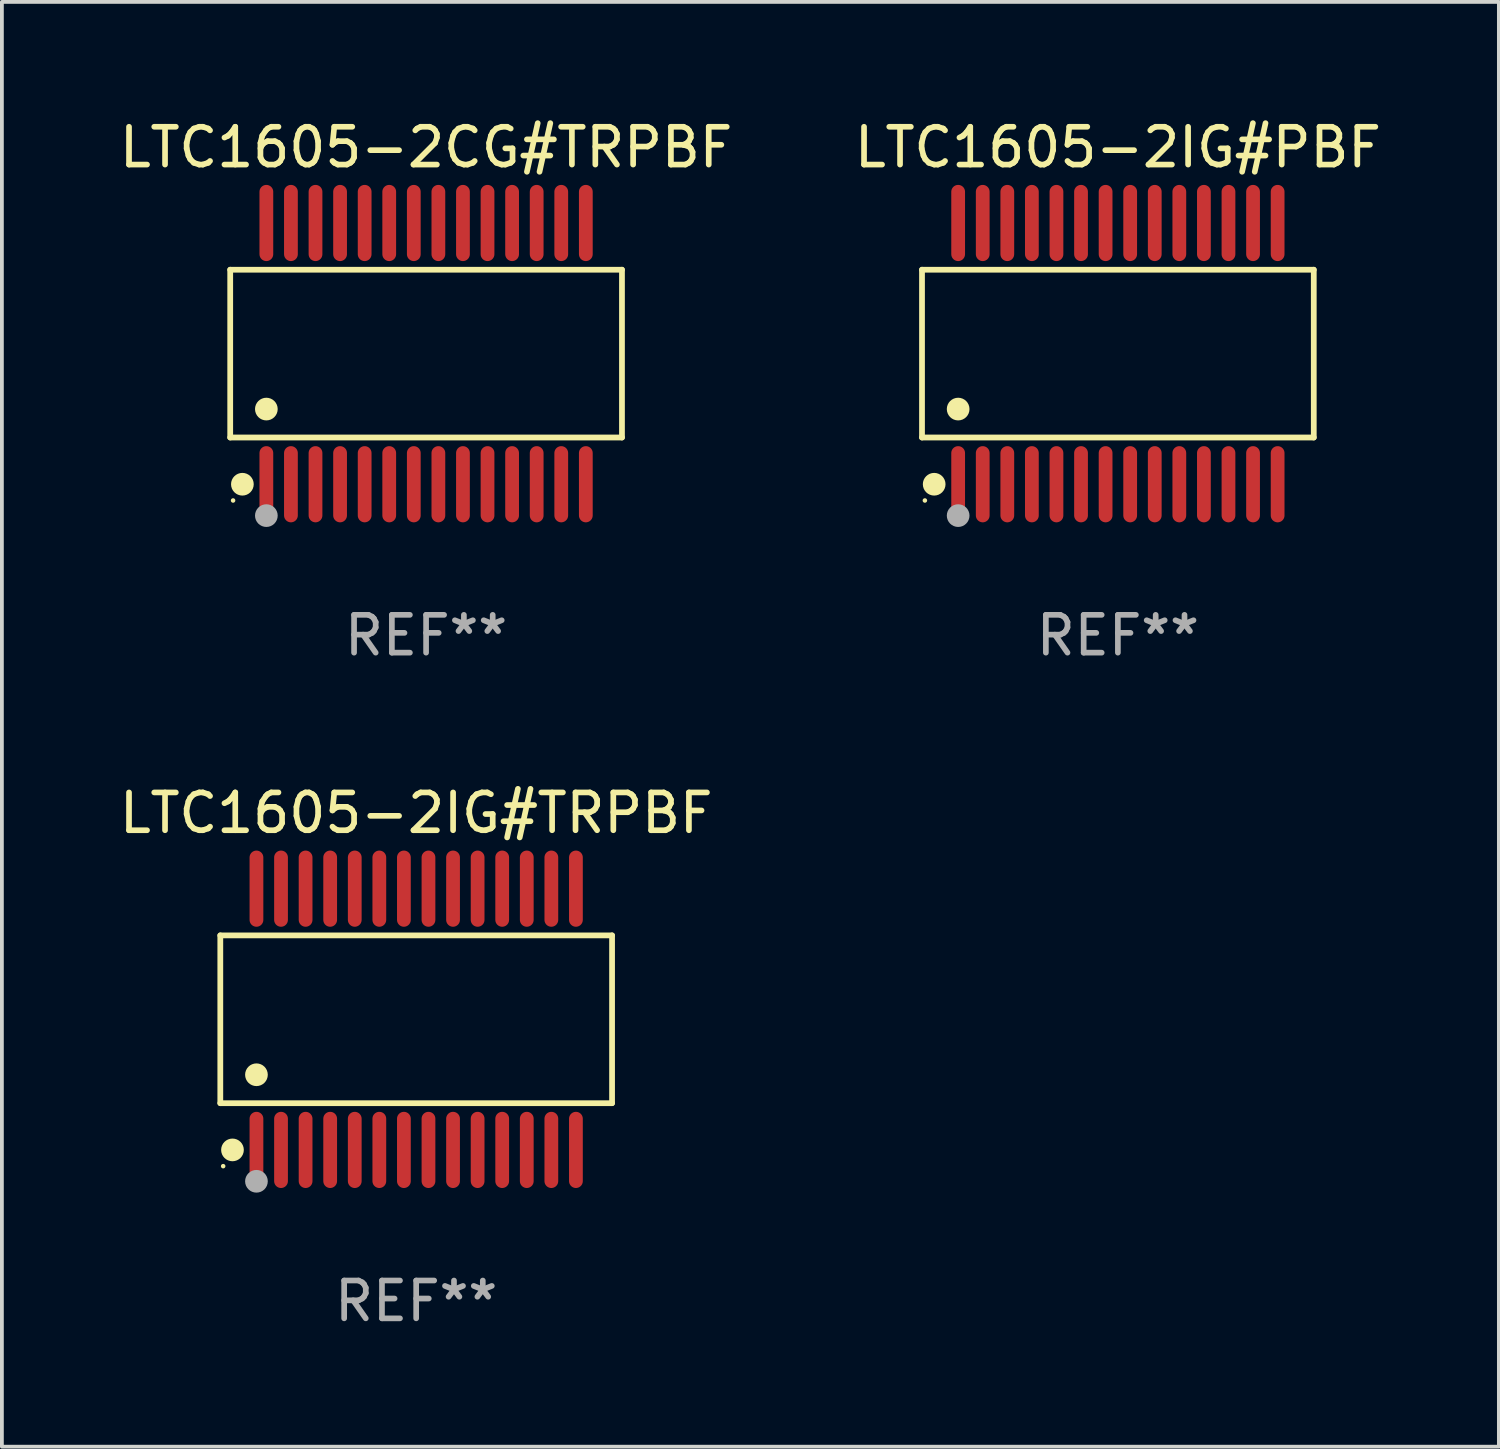
<source format=kicad_pcb>
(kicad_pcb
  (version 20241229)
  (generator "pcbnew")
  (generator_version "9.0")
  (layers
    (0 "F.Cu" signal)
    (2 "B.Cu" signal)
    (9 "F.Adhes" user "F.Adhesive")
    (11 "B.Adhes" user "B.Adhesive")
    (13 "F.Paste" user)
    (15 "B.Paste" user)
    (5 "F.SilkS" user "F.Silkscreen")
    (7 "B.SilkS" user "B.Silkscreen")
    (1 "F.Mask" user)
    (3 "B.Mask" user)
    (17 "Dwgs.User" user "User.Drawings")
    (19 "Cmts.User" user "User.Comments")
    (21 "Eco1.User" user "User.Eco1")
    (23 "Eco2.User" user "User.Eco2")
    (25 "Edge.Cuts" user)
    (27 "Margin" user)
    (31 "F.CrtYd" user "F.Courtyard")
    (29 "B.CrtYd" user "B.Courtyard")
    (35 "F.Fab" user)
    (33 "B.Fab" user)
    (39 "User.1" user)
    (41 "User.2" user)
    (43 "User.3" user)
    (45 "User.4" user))
  (footprint "LTC1605-2IG#PBF"
    (layer "F.Cu")
    (at 26.518 6.303)
    (property "Reference" "LTC1605-2IG#PBF" (at 0 -5.455 0) (layer "F.SilkS") (effects (font (size 1 1) (thickness 0.15))))
    (attr through_hole)
    (fp_line (start -5.181 -2.219) (end 5.181 -2.219) (stroke (width 0.152) (type solid)) (layer "F.SilkS"))
    (fp_line (start -5.181 2.219) (end -5.181 -2.219) (stroke (width 0.152) (type solid)) (layer "F.SilkS"))
    (fp_line (start 5.181 -2.219) (end 5.181 2.219) (stroke (width 0.152) (type solid)) (layer "F.SilkS"))
    (fp_line (start 5.181 2.219) (end -5.181 2.219) (stroke (width 0.152) (type solid)) (layer "F.SilkS"))
    (fp_circle (center -5.105 3.885) (end -5.075 3.885) (stroke (width 0.06) (type solid)) (fill no) (layer "F.SilkS"))
    (fp_circle (center -4.859 3.455) (end -4.709 3.455) (stroke (width 0.3) (type solid)) (fill no) (layer "F.SilkS"))
    (fp_circle (center -4.225 1.467) (end -4.075 1.467) (stroke (width 0.3) (type solid)) (fill no) (layer "F.SilkS"))
    (fp_circle (center -4.225 4.285) (end -4.075 4.285) (stroke (width 0.3) (type solid)) (fill no) (layer "F.Fab"))
    (fp_text user "REF**" (at 0 7.455 0) (layer "F.Fab") (effects (font (size 1 1) (thickness 0.15))))
    (pad "1" smd oval (at -4.225 3.455) (size 0.364 2.015) (layers "F.Cu" "F.Mask" "F.Paste"))
    (pad "2" smd oval (at -3.575 3.455) (size 0.364 2.015) (layers "F.Cu" "F.Mask" "F.Paste"))
    (pad "3" smd oval (at -2.925 3.455) (size 0.364 2.015) (layers "F.Cu" "F.Mask" "F.Paste"))
    (pad "4" smd oval (at -2.275 3.455) (size 0.364 2.015) (layers "F.Cu" "F.Mask" "F.Paste"))
    (pad "5" smd oval (at -1.625 3.455) (size 0.364 2.015) (layers "F.Cu" "F.Mask" "F.Paste"))
    (pad "6" smd oval (at -0.975 3.455) (size 0.364 2.015) (layers "F.Cu" "F.Mask" "F.Paste"))
    (pad "7" smd oval (at -0.325 3.455) (size 0.364 2.015) (layers "F.Cu" "F.Mask" "F.Paste"))
    (pad "8" smd oval (at 0.325 3.455) (size 0.364 2.015) (layers "F.Cu" "F.Mask" "F.Paste"))
    (pad "9" smd oval (at 0.975 3.455) (size 0.364 2.015) (layers "F.Cu" "F.Mask" "F.Paste"))
    (pad "10" smd oval (at 1.625 3.455) (size 0.364 2.015) (layers "F.Cu" "F.Mask" "F.Paste"))
    (pad "11" smd oval (at 2.275 3.455) (size 0.364 2.015) (layers "F.Cu" "F.Mask" "F.Paste"))
    (pad "12" smd oval (at 2.925 3.455) (size 0.364 2.015) (layers "F.Cu" "F.Mask" "F.Paste"))
    (pad "13" smd oval (at 3.575 3.455) (size 0.364 2.015) (layers "F.Cu" "F.Mask" "F.Paste"))
    (pad "14" smd oval (at 4.225 3.455) (size 0.364 2.015) (layers "F.Cu" "F.Mask" "F.Paste"))
    (pad "15" smd oval (at 4.225 -3.455) (size 0.364 2.015) (layers "F.Cu" "F.Mask" "F.Paste"))
    (pad "16" smd oval (at 3.575 -3.455) (size 0.364 2.015) (layers "F.Cu" "F.Mask" "F.Paste"))
    (pad "17" smd oval (at 2.925 -3.455) (size 0.364 2.015) (layers "F.Cu" "F.Mask" "F.Paste"))
    (pad "18" smd oval (at 2.275 -3.455) (size 0.364 2.015) (layers "F.Cu" "F.Mask" "F.Paste"))
    (pad "19" smd oval (at 1.625 -3.455) (size 0.364 2.015) (layers "F.Cu" "F.Mask" "F.Paste"))
    (pad "20" smd oval (at 0.975 -3.455) (size 0.364 2.015) (layers "F.Cu" "F.Mask" "F.Paste"))
    (pad "21" smd oval (at 0.325 -3.455) (size 0.364 2.015) (layers "F.Cu" "F.Mask" "F.Paste"))
    (pad "22" smd oval (at -0.325 -3.455) (size 0.364 2.015) (layers "F.Cu" "F.Mask" "F.Paste"))
    (pad "23" smd oval (at -0.975 -3.455) (size 0.364 2.015) (layers "F.Cu" "F.Mask" "F.Paste"))
    (pad "24" smd oval (at -1.625 -3.455) (size 0.364 2.015) (layers "F.Cu" "F.Mask" "F.Paste"))
    (pad "25" smd oval (at -2.275 -3.455) (size 0.364 2.015) (layers "F.Cu" "F.Mask" "F.Paste"))
    (pad "26" smd oval (at -2.925 -3.455) (size 0.364 2.015) (layers "F.Cu" "F.Mask" "F.Paste"))
    (pad "27" smd oval (at -3.575 -3.455) (size 0.364 2.015) (layers "F.Cu" "F.Mask" "F.Paste"))
    (pad "28" smd oval (at -4.225 -3.455) (size 0.364 2.015) (layers "F.Cu" "F.Mask" "F.Paste")))
  (footprint "LTC1605-2IG#TRPBF"
    (layer "F.Cu")
    (at 7.958 23.91)
    (property "Reference" "LTC1605-2IG#TRPBF" (at 0 -5.455 0) (layer "F.SilkS") (effects (font (size 1 1) (thickness 0.15))))
    (attr through_hole)
    (fp_line (start -5.181 -2.219) (end 5.181 -2.219) (stroke (width 0.152) (type solid)) (layer "F.SilkS"))
    (fp_line (start -5.181 2.219) (end -5.181 -2.219) (stroke (width 0.152) (type solid)) (layer "F.SilkS"))
    (fp_line (start 5.181 -2.219) (end 5.181 2.219) (stroke (width 0.152) (type solid)) (layer "F.SilkS"))
    (fp_line (start 5.181 2.219) (end -5.181 2.219) (stroke (width 0.152) (type solid)) (layer "F.SilkS"))
    (fp_circle (center -5.105 3.885) (end -5.075 3.885) (stroke (width 0.06) (type solid)) (fill no) (layer "F.SilkS"))
    (fp_circle (center -4.859 3.455) (end -4.709 3.455) (stroke (width 0.3) (type solid)) (fill no) (layer "F.SilkS"))
    (fp_circle (center -4.225 1.467) (end -4.075 1.467) (stroke (width 0.3) (type solid)) (fill no) (layer "F.SilkS"))
    (fp_circle (center -4.225 4.285) (end -4.075 4.285) (stroke (width 0.3) (type solid)) (fill no) (layer "F.Fab"))
    (fp_text user "REF**" (at 0 7.455 0) (layer "F.Fab") (effects (font (size 1 1) (thickness 0.15))))
    (pad "1" smd oval (at -4.225 3.455) (size 0.364 2.015) (layers "F.Cu" "F.Mask" "F.Paste"))
    (pad "2" smd oval (at -3.575 3.455) (size 0.364 2.015) (layers "F.Cu" "F.Mask" "F.Paste"))
    (pad "3" smd oval (at -2.925 3.455) (size 0.364 2.015) (layers "F.Cu" "F.Mask" "F.Paste"))
    (pad "4" smd oval (at -2.275 3.455) (size 0.364 2.015) (layers "F.Cu" "F.Mask" "F.Paste"))
    (pad "5" smd oval (at -1.625 3.455) (size 0.364 2.015) (layers "F.Cu" "F.Mask" "F.Paste"))
    (pad "6" smd oval (at -0.975 3.455) (size 0.364 2.015) (layers "F.Cu" "F.Mask" "F.Paste"))
    (pad "7" smd oval (at -0.325 3.455) (size 0.364 2.015) (layers "F.Cu" "F.Mask" "F.Paste"))
    (pad "8" smd oval (at 0.325 3.455) (size 0.364 2.015) (layers "F.Cu" "F.Mask" "F.Paste"))
    (pad "9" smd oval (at 0.975 3.455) (size 0.364 2.015) (layers "F.Cu" "F.Mask" "F.Paste"))
    (pad "10" smd oval (at 1.625 3.455) (size 0.364 2.015) (layers "F.Cu" "F.Mask" "F.Paste"))
    (pad "11" smd oval (at 2.275 3.455) (size 0.364 2.015) (layers "F.Cu" "F.Mask" "F.Paste"))
    (pad "12" smd oval (at 2.925 3.455) (size 0.364 2.015) (layers "F.Cu" "F.Mask" "F.Paste"))
    (pad "13" smd oval (at 3.575 3.455) (size 0.364 2.015) (layers "F.Cu" "F.Mask" "F.Paste"))
    (pad "14" smd oval (at 4.225 3.455) (size 0.364 2.015) (layers "F.Cu" "F.Mask" "F.Paste"))
    (pad "15" smd oval (at 4.225 -3.455) (size 0.364 2.015) (layers "F.Cu" "F.Mask" "F.Paste"))
    (pad "16" smd oval (at 3.575 -3.455) (size 0.364 2.015) (layers "F.Cu" "F.Mask" "F.Paste"))
    (pad "17" smd oval (at 2.925 -3.455) (size 0.364 2.015) (layers "F.Cu" "F.Mask" "F.Paste"))
    (pad "18" smd oval (at 2.275 -3.455) (size 0.364 2.015) (layers "F.Cu" "F.Mask" "F.Paste"))
    (pad "19" smd oval (at 1.625 -3.455) (size 0.364 2.015) (layers "F.Cu" "F.Mask" "F.Paste"))
    (pad "20" smd oval (at 0.975 -3.455) (size 0.364 2.015) (layers "F.Cu" "F.Mask" "F.Paste"))
    (pad "21" smd oval (at 0.325 -3.455) (size 0.364 2.015) (layers "F.Cu" "F.Mask" "F.Paste"))
    (pad "22" smd oval (at -0.325 -3.455) (size 0.364 2.015) (layers "F.Cu" "F.Mask" "F.Paste"))
    (pad "23" smd oval (at -0.975 -3.455) (size 0.364 2.015) (layers "F.Cu" "F.Mask" "F.Paste"))
    (pad "24" smd oval (at -1.625 -3.455) (size 0.364 2.015) (layers "F.Cu" "F.Mask" "F.Paste"))
    (pad "25" smd oval (at -2.275 -3.455) (size 0.364 2.015) (layers "F.Cu" "F.Mask" "F.Paste"))
    (pad "26" smd oval (at -2.925 -3.455) (size 0.364 2.015) (layers "F.Cu" "F.Mask" "F.Paste"))
    (pad "27" smd oval (at -3.575 -3.455) (size 0.364 2.015) (layers "F.Cu" "F.Mask" "F.Paste"))
    (pad "28" smd oval (at -4.225 -3.455) (size 0.364 2.015) (layers "F.Cu" "F.Mask" "F.Paste")))
  (footprint "LTC1605-2CG#TRPBF"
    (layer "F.Cu")
    (at 8.22 6.303)
    (property "Reference" "LTC1605-2CG#TRPBF" (at 0 -5.455 0) (layer "F.SilkS") (effects (font (size 1 1) (thickness 0.15))))
    (attr through_hole)
    (fp_line (start -5.181 -2.219) (end 5.181 -2.219) (stroke (width 0.152) (type solid)) (layer "F.SilkS"))
    (fp_line (start -5.181 2.219) (end -5.181 -2.219) (stroke (width 0.152) (type solid)) (layer "F.SilkS"))
    (fp_line (start 5.181 -2.219) (end 5.181 2.219) (stroke (width 0.152) (type solid)) (layer "F.SilkS"))
    (fp_line (start 5.181 2.219) (end -5.181 2.219) (stroke (width 0.152) (type solid)) (layer "F.SilkS"))
    (fp_circle (center -5.105 3.885) (end -5.075 3.885) (stroke (width 0.06) (type solid)) (fill no) (layer "F.SilkS"))
    (fp_circle (center -4.859 3.455) (end -4.709 3.455) (stroke (width 0.3) (type solid)) (fill no) (layer "F.SilkS"))
    (fp_circle (center -4.225 1.467) (end -4.075 1.467) (stroke (width 0.3) (type solid)) (fill no) (layer "F.SilkS"))
    (fp_circle (center -4.225 4.285) (end -4.075 4.285) (stroke (width 0.3) (type solid)) (fill no) (layer "F.Fab"))
    (fp_text user "REF**" (at 0 7.455 0) (layer "F.Fab") (effects (font (size 1 1) (thickness 0.15))))
    (pad "1" smd oval (at -4.225 3.455) (size 0.364 2.015) (layers "F.Cu" "F.Mask" "F.Paste"))
    (pad "2" smd oval (at -3.575 3.455) (size 0.364 2.015) (layers "F.Cu" "F.Mask" "F.Paste"))
    (pad "3" smd oval (at -2.925 3.455) (size 0.364 2.015) (layers "F.Cu" "F.Mask" "F.Paste"))
    (pad "4" smd oval (at -2.275 3.455) (size 0.364 2.015) (layers "F.Cu" "F.Mask" "F.Paste"))
    (pad "5" smd oval (at -1.625 3.455) (size 0.364 2.015) (layers "F.Cu" "F.Mask" "F.Paste"))
    (pad "6" smd oval (at -0.975 3.455) (size 0.364 2.015) (layers "F.Cu" "F.Mask" "F.Paste"))
    (pad "7" smd oval (at -0.325 3.455) (size 0.364 2.015) (layers "F.Cu" "F.Mask" "F.Paste"))
    (pad "8" smd oval (at 0.325 3.455) (size 0.364 2.015) (layers "F.Cu" "F.Mask" "F.Paste"))
    (pad "9" smd oval (at 0.975 3.455) (size 0.364 2.015) (layers "F.Cu" "F.Mask" "F.Paste"))
    (pad "10" smd oval (at 1.625 3.455) (size 0.364 2.015) (layers "F.Cu" "F.Mask" "F.Paste"))
    (pad "11" smd oval (at 2.275 3.455) (size 0.364 2.015) (layers "F.Cu" "F.Mask" "F.Paste"))
    (pad "12" smd oval (at 2.925 3.455) (size 0.364 2.015) (layers "F.Cu" "F.Mask" "F.Paste"))
    (pad "13" smd oval (at 3.575 3.455) (size 0.364 2.015) (layers "F.Cu" "F.Mask" "F.Paste"))
    (pad "14" smd oval (at 4.225 3.455) (size 0.364 2.015) (layers "F.Cu" "F.Mask" "F.Paste"))
    (pad "15" smd oval (at 4.225 -3.455) (size 0.364 2.015) (layers "F.Cu" "F.Mask" "F.Paste"))
    (pad "16" smd oval (at 3.575 -3.455) (size 0.364 2.015) (layers "F.Cu" "F.Mask" "F.Paste"))
    (pad "17" smd oval (at 2.925 -3.455) (size 0.364 2.015) (layers "F.Cu" "F.Mask" "F.Paste"))
    (pad "18" smd oval (at 2.275 -3.455) (size 0.364 2.015) (layers "F.Cu" "F.Mask" "F.Paste"))
    (pad "19" smd oval (at 1.625 -3.455) (size 0.364 2.015) (layers "F.Cu" "F.Mask" "F.Paste"))
    (pad "20" smd oval (at 0.975 -3.455) (size 0.364 2.015) (layers "F.Cu" "F.Mask" "F.Paste"))
    (pad "21" smd oval (at 0.325 -3.455) (size 0.364 2.015) (layers "F.Cu" "F.Mask" "F.Paste"))
    (pad "22" smd oval (at -0.325 -3.455) (size 0.364 2.015) (layers "F.Cu" "F.Mask" "F.Paste"))
    (pad "23" smd oval (at -0.975 -3.455) (size 0.364 2.015) (layers "F.Cu" "F.Mask" "F.Paste"))
    (pad "24" smd oval (at -1.625 -3.455) (size 0.364 2.015) (layers "F.Cu" "F.Mask" "F.Paste"))
    (pad "25" smd oval (at -2.275 -3.455) (size 0.364 2.015) (layers "F.Cu" "F.Mask" "F.Paste"))
    (pad "26" smd oval (at -2.925 -3.455) (size 0.364 2.015) (layers "F.Cu" "F.Mask" "F.Paste"))
    (pad "27" smd oval (at -3.575 -3.455) (size 0.364 2.015) (layers "F.Cu" "F.Mask" "F.Paste"))
    (pad "28" smd oval (at -4.225 -3.455) (size 0.364 2.015) (layers "F.Cu" "F.Mask" "F.Paste")))
  (gr_rect
    (start -3 -3)
    (end 36.595 35.214)
    (stroke (width 0.1) (type default))
    (fill no)
    (layer "Edge.Cuts")))
</source>
